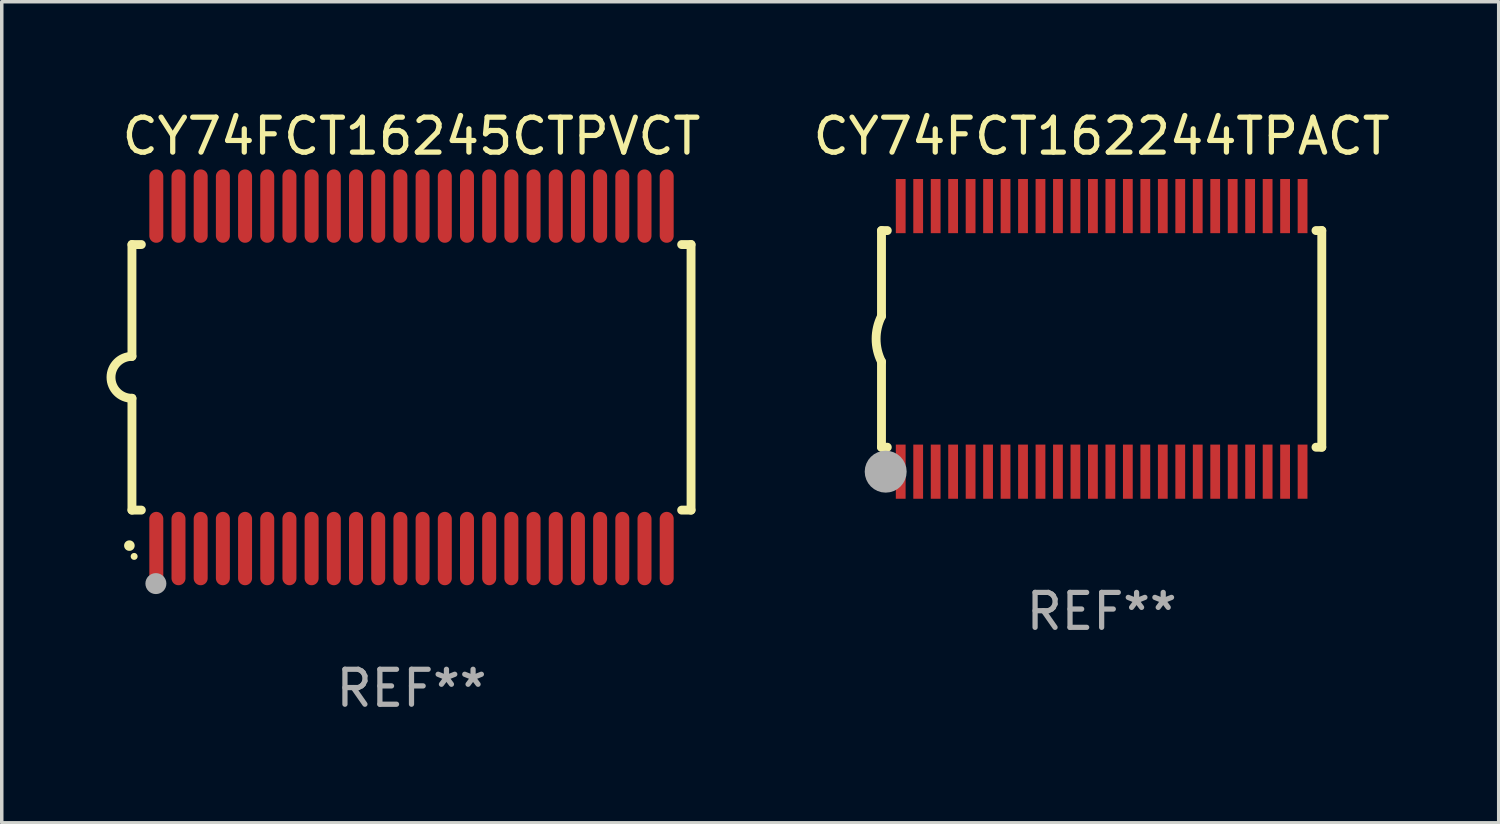
<source format=kicad_pcb>
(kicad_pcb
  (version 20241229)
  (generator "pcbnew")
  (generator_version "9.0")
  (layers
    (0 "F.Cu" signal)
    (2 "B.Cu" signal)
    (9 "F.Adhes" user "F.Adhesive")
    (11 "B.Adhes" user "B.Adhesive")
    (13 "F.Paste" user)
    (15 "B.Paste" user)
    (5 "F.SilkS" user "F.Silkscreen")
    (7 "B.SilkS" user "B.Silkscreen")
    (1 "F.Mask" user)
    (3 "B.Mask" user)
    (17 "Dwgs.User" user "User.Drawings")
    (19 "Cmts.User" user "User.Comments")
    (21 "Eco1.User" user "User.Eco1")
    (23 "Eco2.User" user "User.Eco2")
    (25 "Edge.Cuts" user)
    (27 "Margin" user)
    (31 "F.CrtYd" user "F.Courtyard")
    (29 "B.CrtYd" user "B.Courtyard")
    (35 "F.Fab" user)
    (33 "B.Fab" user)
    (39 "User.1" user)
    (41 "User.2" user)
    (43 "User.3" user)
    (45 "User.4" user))
  (footprint "CY74FCT162244TPACT"
    (layer "F.Cu")
    (at 28.476 6.648)
    (property "Reference" "CY74FCT162244TPACT" (at 0 -5.8 0) (layer "F.SilkS") (effects (font (size 1 1) (thickness 0.15))))
    (attr through_hole)
    (fp_line (start -6.3 -3.1) (end -6.3 -0.65) (stroke (width 0.254) (type solid)) (layer "F.SilkS"))
    (fp_line (start -6.3 -3.1) (end -6.134 -3.1) (stroke (width 0.254) (type solid)) (layer "F.SilkS"))
    (fp_line (start -6.3 3.1) (end -6.3 0.65) (stroke (width 0.254) (type solid)) (layer "F.SilkS"))
    (fp_line (start -6.3 3.1) (end -6.134 3.1) (stroke (width 0.254) (type solid)) (layer "F.SilkS"))
    (fp_line (start 6.134 -3.1) (end 6.3 -3.1) (stroke (width 0.254) (type solid)) (layer "F.SilkS"))
    (fp_line (start 6.134 3.1) (end 6.3 3.1) (stroke (width 0.254) (type solid)) (layer "F.SilkS"))
    (fp_line (start 6.3 -3.1) (end 6.3 3.1) (stroke (width 0.254) (type solid)) (layer "F.SilkS"))
    (fp_arc (start -6.301016 0.650114) (mid -6.45413 -0.000082) (end -6.3 -0.650038) (stroke (width 0.254001) (type solid)) (layer "F.SilkS"))
    (fp_circle (center -6.35 3.81) (end -6.223 3.81) (stroke (width 0.254) (type solid)) (fill no) (layer "F.SilkS"))
    (fp_circle (center -6.25 4.05) (end -6.22 4.05) (stroke (width 0.06) (type solid)) (fill no) (layer "F.SilkS"))
    (fp_circle (center -6.18 3.8) (end -5.88 3.8) (stroke (width 0.6) (type solid)) (fill no) (layer "F.Fab"))
    (fp_text user "REF**" (at 0 7.8 0) (layer "F.Fab") (effects (font (size 1 1) (thickness 0.15))))
    (pad "1" smd rect (at -5.75 3.8) (size 0.28 1.55) (layers "F.Cu" "F.Mask" "F.Paste"))
    (pad "2" smd rect (at -5.25 3.8) (size 0.28 1.55) (layers "F.Cu" "F.Mask" "F.Paste"))
    (pad "3" smd rect (at -4.75 3.8) (size 0.28 1.55) (layers "F.Cu" "F.Mask" "F.Paste"))
    (pad "4" smd rect (at -4.25 3.8) (size 0.28 1.55) (layers "F.Cu" "F.Mask" "F.Paste"))
    (pad "5" smd rect (at -3.75 3.8) (size 0.28 1.55) (layers "F.Cu" "F.Mask" "F.Paste"))
    (pad "6" smd rect (at -3.25 3.8) (size 0.28 1.55) (layers "F.Cu" "F.Mask" "F.Paste"))
    (pad "7" smd rect (at -2.75 3.8) (size 0.28 1.55) (layers "F.Cu" "F.Mask" "F.Paste"))
    (pad "8" smd rect (at -2.25 3.8) (size 0.28 1.55) (layers "F.Cu" "F.Mask" "F.Paste"))
    (pad "9" smd rect (at -1.75 3.8) (size 0.28 1.55) (layers "F.Cu" "F.Mask" "F.Paste"))
    (pad "10" smd rect (at -1.25 3.8) (size 0.28 1.55) (layers "F.Cu" "F.Mask" "F.Paste"))
    (pad "11" smd rect (at -0.75 3.8) (size 0.28 1.55) (layers "F.Cu" "F.Mask" "F.Paste"))
    (pad "12" smd rect (at -0.25 3.8) (size 0.28 1.55) (layers "F.Cu" "F.Mask" "F.Paste"))
    (pad "13" smd rect (at 0.25 3.8) (size 0.28 1.55) (layers "F.Cu" "F.Mask" "F.Paste"))
    (pad "14" smd rect (at 0.75 3.8) (size 0.28 1.55) (layers "F.Cu" "F.Mask" "F.Paste"))
    (pad "15" smd rect (at 1.25 3.8) (size 0.28 1.55) (layers "F.Cu" "F.Mask" "F.Paste"))
    (pad "16" smd rect (at 1.75 3.8) (size 0.28 1.55) (layers "F.Cu" "F.Mask" "F.Paste"))
    (pad "17" smd rect (at 2.25 3.8) (size 0.28 1.55) (layers "F.Cu" "F.Mask" "F.Paste"))
    (pad "18" smd rect (at 2.75 3.8) (size 0.28 1.55) (layers "F.Cu" "F.Mask" "F.Paste"))
    (pad "19" smd rect (at 3.25 3.8) (size 0.28 1.55) (layers "F.Cu" "F.Mask" "F.Paste"))
    (pad "20" smd rect (at 3.75 3.8) (size 0.28 1.55) (layers "F.Cu" "F.Mask" "F.Paste"))
    (pad "21" smd rect (at 4.25 3.8) (size 0.28 1.55) (layers "F.Cu" "F.Mask" "F.Paste"))
    (pad "22" smd rect (at 4.75 3.8) (size 0.28 1.55) (layers "F.Cu" "F.Mask" "F.Paste"))
    (pad "23" smd rect (at 5.25 3.8) (size 0.28 1.55) (layers "F.Cu" "F.Mask" "F.Paste"))
    (pad "24" smd rect (at 5.75 3.8) (size 0.28 1.55) (layers "F.Cu" "F.Mask" "F.Paste"))
    (pad "25" smd rect (at 5.75 -3.8) (size 0.28 1.55) (layers "F.Cu" "F.Mask" "F.Paste"))
    (pad "26" smd rect (at 5.25 -3.8) (size 0.28 1.55) (layers "F.Cu" "F.Mask" "F.Paste"))
    (pad "27" smd rect (at 4.75 -3.8) (size 0.28 1.55) (layers "F.Cu" "F.Mask" "F.Paste"))
    (pad "28" smd rect (at 4.25 -3.8) (size 0.28 1.55) (layers "F.Cu" "F.Mask" "F.Paste"))
    (pad "29" smd rect (at 3.75 -3.8) (size 0.28 1.55) (layers "F.Cu" "F.Mask" "F.Paste"))
    (pad "30" smd rect (at 3.25 -3.8) (size 0.28 1.55) (layers "F.Cu" "F.Mask" "F.Paste"))
    (pad "31" smd rect (at 2.75 -3.8) (size 0.28 1.55) (layers "F.Cu" "F.Mask" "F.Paste"))
    (pad "32" smd rect (at 2.25 -3.8) (size 0.28 1.55) (layers "F.Cu" "F.Mask" "F.Paste"))
    (pad "33" smd rect (at 1.75 -3.8) (size 0.28 1.55) (layers "F.Cu" "F.Mask" "F.Paste"))
    (pad "34" smd rect (at 1.25 -3.8) (size 0.28 1.55) (layers "F.Cu" "F.Mask" "F.Paste"))
    (pad "35" smd rect (at 0.75 -3.8) (size 0.28 1.55) (layers "F.Cu" "F.Mask" "F.Paste"))
    (pad "36" smd rect (at 0.25 -3.8) (size 0.28 1.55) (layers "F.Cu" "F.Mask" "F.Paste"))
    (pad "37" smd rect (at -0.25 -3.8) (size 0.28 1.55) (layers "F.Cu" "F.Mask" "F.Paste"))
    (pad "38" smd rect (at -0.75 -3.8) (size 0.28 1.55) (layers "F.Cu" "F.Mask" "F.Paste"))
    (pad "39" smd rect (at -1.25 -3.8) (size 0.28 1.55) (layers "F.Cu" "F.Mask" "F.Paste"))
    (pad "40" smd rect (at -1.75 -3.8) (size 0.28 1.55) (layers "F.Cu" "F.Mask" "F.Paste"))
    (pad "41" smd rect (at -2.25 -3.8) (size 0.28 1.55) (layers "F.Cu" "F.Mask" "F.Paste"))
    (pad "42" smd rect (at -2.75 -3.8) (size 0.28 1.55) (layers "F.Cu" "F.Mask" "F.Paste"))
    (pad "43" smd rect (at -3.25 -3.8) (size 0.28 1.55) (layers "F.Cu" "F.Mask" "F.Paste"))
    (pad "44" smd rect (at -3.75 -3.8) (size 0.28 1.55) (layers "F.Cu" "F.Mask" "F.Paste"))
    (pad "45" smd rect (at -4.25 -3.8) (size 0.28 1.55) (layers "F.Cu" "F.Mask" "F.Paste"))
    (pad "46" smd rect (at -4.75 -3.8) (size 0.28 1.55) (layers "F.Cu" "F.Mask" "F.Paste"))
    (pad "47" smd rect (at -5.25 -3.8) (size 0.28 1.55) (layers "F.Cu" "F.Mask" "F.Paste"))
    (pad "48" smd rect (at -5.75 -3.8) (size 0.28 1.55) (layers "F.Cu" "F.Mask" "F.Paste")))
  (footprint "CY74FCT16245CTPVCT"
    (layer "F.Cu")
    (at 8.726 7.748)
    (property "Reference" "CY74FCT16245CTPVCT" (at 0 -6.9 0) (layer "F.SilkS") (effects (font (size 1 1) (thickness 0.15))))
    (attr through_hole)
    (fp_line (start -8 -3.8) (end -8 -0.599) (stroke (width 0.254) (type solid)) (layer "F.SilkS"))
    (fp_line (start -8 -3.8) (end -7.731 -3.8) (stroke (width 0.254) (type solid)) (layer "F.SilkS"))
    (fp_line (start -8 3.8) (end -8 0.599) (stroke (width 0.254) (type solid)) (layer "F.SilkS"))
    (fp_line (start -7.731 3.8) (end -8 3.8) (stroke (width 0.254) (type solid)) (layer "F.SilkS"))
    (fp_line (start 7.731 -3.8) (end 8 -3.8) (stroke (width 0.254) (type solid)) (layer "F.SilkS"))
    (fp_line (start 8 -3.8) (end 8 3.8) (stroke (width 0.254) (type solid)) (layer "F.SilkS"))
    (fp_line (start 8 3.8) (end 7.731 3.8) (stroke (width 0.254) (type solid)) (layer "F.SilkS"))
    (fp_arc (start -8.074676 4.81585) (mid -8.073406 4.815845) (end -8.072136 4.81585) (stroke (width 0.3) (type solid)) (layer "F.SilkS"))
    (fp_arc (start -8.000025 0.6) (mid -8.598908 0.00056) (end -8.000027 -0.598882) (stroke (width 0.254001) (type solid)) (layer "F.SilkS"))
    (fp_circle (center -7.937 5.125) (end -7.887 5.125) (stroke (width 0.1) (type solid)) (fill no) (layer "F.SilkS"))
    (fp_circle (center -7.315 5.903) (end -7.165 5.903) (stroke (width 0.3) (type solid)) (fill no) (layer "F.Fab"))
    (fp_text user "REF**" (at 0 8.9 0) (layer "F.Fab") (effects (font (size 1 1) (thickness 0.15))))
    (pad "1" smd oval (at -7.303 4.9) (size 0.4 2.1) (layers "F.Cu" "F.Mask" "F.Paste"))
    (pad "2" smd oval (at -6.668 4.9) (size 0.4 2.1) (layers "F.Cu" "F.Mask" "F.Paste"))
    (pad "3" smd oval (at -6.033 4.9) (size 0.4 2.1) (layers "F.Cu" "F.Mask" "F.Paste"))
    (pad "4" smd oval (at -5.398 4.9) (size 0.4 2.1) (layers "F.Cu" "F.Mask" "F.Paste"))
    (pad "5" smd oval (at -4.763 4.9) (size 0.4 2.1) (layers "F.Cu" "F.Mask" "F.Paste"))
    (pad "6" smd oval (at -4.128 4.9) (size 0.4 2.1) (layers "F.Cu" "F.Mask" "F.Paste"))
    (pad "7" smd oval (at -3.493 4.9) (size 0.4 2.1) (layers "F.Cu" "F.Mask" "F.Paste"))
    (pad "8" smd oval (at -2.858 4.9) (size 0.4 2.1) (layers "F.Cu" "F.Mask" "F.Paste"))
    (pad "9" smd oval (at -2.223 4.9) (size 0.4 2.1) (layers "F.Cu" "F.Mask" "F.Paste"))
    (pad "10" smd oval (at -1.588 4.9) (size 0.4 2.1) (layers "F.Cu" "F.Mask" "F.Paste"))
    (pad "11" smd oval (at -0.953 4.9) (size 0.4 2.1) (layers "F.Cu" "F.Mask" "F.Paste"))
    (pad "12" smd oval (at -0.318 4.9) (size 0.4 2.1) (layers "F.Cu" "F.Mask" "F.Paste"))
    (pad "13" smd oval (at 0.318 4.9) (size 0.4 2.1) (layers "F.Cu" "F.Mask" "F.Paste"))
    (pad "14" smd oval (at 0.953 4.9) (size 0.4 2.1) (layers "F.Cu" "F.Mask" "F.Paste"))
    (pad "15" smd oval (at 1.588 4.9) (size 0.4 2.1) (layers "F.Cu" "F.Mask" "F.Paste"))
    (pad "16" smd oval (at 2.223 4.9) (size 0.4 2.1) (layers "F.Cu" "F.Mask" "F.Paste"))
    (pad "17" smd oval (at 2.858 4.9) (size 0.4 2.1) (layers "F.Cu" "F.Mask" "F.Paste"))
    (pad "18" smd oval (at 3.493 4.9) (size 0.4 2.1) (layers "F.Cu" "F.Mask" "F.Paste"))
    (pad "19" smd oval (at 4.128 4.9) (size 0.4 2.1) (layers "F.Cu" "F.Mask" "F.Paste"))
    (pad "20" smd oval (at 4.763 4.9) (size 0.4 2.1) (layers "F.Cu" "F.Mask" "F.Paste"))
    (pad "21" smd oval (at 5.398 4.9) (size 0.4 2.1) (layers "F.Cu" "F.Mask" "F.Paste"))
    (pad "22" smd oval (at 6.033 4.9) (size 0.4 2.1) (layers "F.Cu" "F.Mask" "F.Paste"))
    (pad "23" smd oval (at 6.668 4.9) (size 0.4 2.1) (layers "F.Cu" "F.Mask" "F.Paste"))
    (pad "24" smd oval (at 7.303 4.9) (size 0.4 2.1) (layers "F.Cu" "F.Mask" "F.Paste"))
    (pad "25" smd oval (at 7.303 -4.9 180) (size 0.4 2.1) (layers "F.Cu" "F.Mask" "F.Paste"))
    (pad "26" smd oval (at 6.668 -4.9 180) (size 0.4 2.1) (layers "F.Cu" "F.Mask" "F.Paste"))
    (pad "27" smd oval (at 6.033 -4.9 180) (size 0.4 2.1) (layers "F.Cu" "F.Mask" "F.Paste"))
    (pad "28" smd oval (at 5.398 -4.9 180) (size 0.4 2.1) (layers "F.Cu" "F.Mask" "F.Paste"))
    (pad "29" smd oval (at 4.763 -4.9 180) (size 0.4 2.1) (layers "F.Cu" "F.Mask" "F.Paste"))
    (pad "30" smd oval (at 4.128 -4.9 180) (size 0.4 2.1) (layers "F.Cu" "F.Mask" "F.Paste"))
    (pad "31" smd oval (at 3.493 -4.9 180) (size 0.4 2.1) (layers "F.Cu" "F.Mask" "F.Paste"))
    (pad "32" smd oval (at 2.858 -4.9 180) (size 0.4 2.1) (layers "F.Cu" "F.Mask" "F.Paste"))
    (pad "33" smd oval (at 2.223 -4.9 180) (size 0.4 2.1) (layers "F.Cu" "F.Mask" "F.Paste"))
    (pad "34" smd oval (at 1.588 -4.9 180) (size 0.4 2.1) (layers "F.Cu" "F.Mask" "F.Paste"))
    (pad "35" smd oval (at 0.953 -4.9 180) (size 0.4 2.1) (layers "F.Cu" "F.Mask" "F.Paste"))
    (pad "36" smd oval (at 0.318 -4.9 180) (size 0.4 2.1) (layers "F.Cu" "F.Mask" "F.Paste"))
    (pad "37" smd oval (at -0.318 -4.9 180) (size 0.4 2.1) (layers "F.Cu" "F.Mask" "F.Paste"))
    (pad "38" smd oval (at -0.953 -4.9 180) (size 0.4 2.1) (layers "F.Cu" "F.Mask" "F.Paste"))
    (pad "39" smd oval (at -1.588 -4.9 180) (size 0.4 2.1) (layers "F.Cu" "F.Mask" "F.Paste"))
    (pad "40" smd oval (at -2.223 -4.9 180) (size 0.4 2.1) (layers "F.Cu" "F.Mask" "F.Paste"))
    (pad "41" smd oval (at -2.858 -4.9 180) (size 0.4 2.1) (layers "F.Cu" "F.Mask" "F.Paste"))
    (pad "42" smd oval (at -3.493 -4.9 180) (size 0.4 2.1) (layers "F.Cu" "F.Mask" "F.Paste"))
    (pad "43" smd oval (at -4.128 -4.9 180) (size 0.4 2.1) (layers "F.Cu" "F.Mask" "F.Paste"))
    (pad "44" smd oval (at -4.763 -4.9 180) (size 0.4 2.1) (layers "F.Cu" "F.Mask" "F.Paste"))
    (pad "45" smd oval (at -5.398 -4.9 180) (size 0.4 2.1) (layers "F.Cu" "F.Mask" "F.Paste"))
    (pad "46" smd oval (at -6.033 -4.9 180) (size 0.4 2.1) (layers "F.Cu" "F.Mask" "F.Paste"))
    (pad "47" smd oval (at -6.668 -4.9 180) (size 0.4 2.1) (layers "F.Cu" "F.Mask" "F.Paste"))
    (pad "48" smd oval (at -7.303 -4.9 180) (size 0.4 2.1) (layers "F.Cu" "F.Mask" "F.Paste")))
  (gr_rect
    (start -3 -3)
    (end 39.839 20.496)
    (stroke (width 0.1) (type default))
    (fill no)
    (layer "Edge.Cuts")))
</source>
